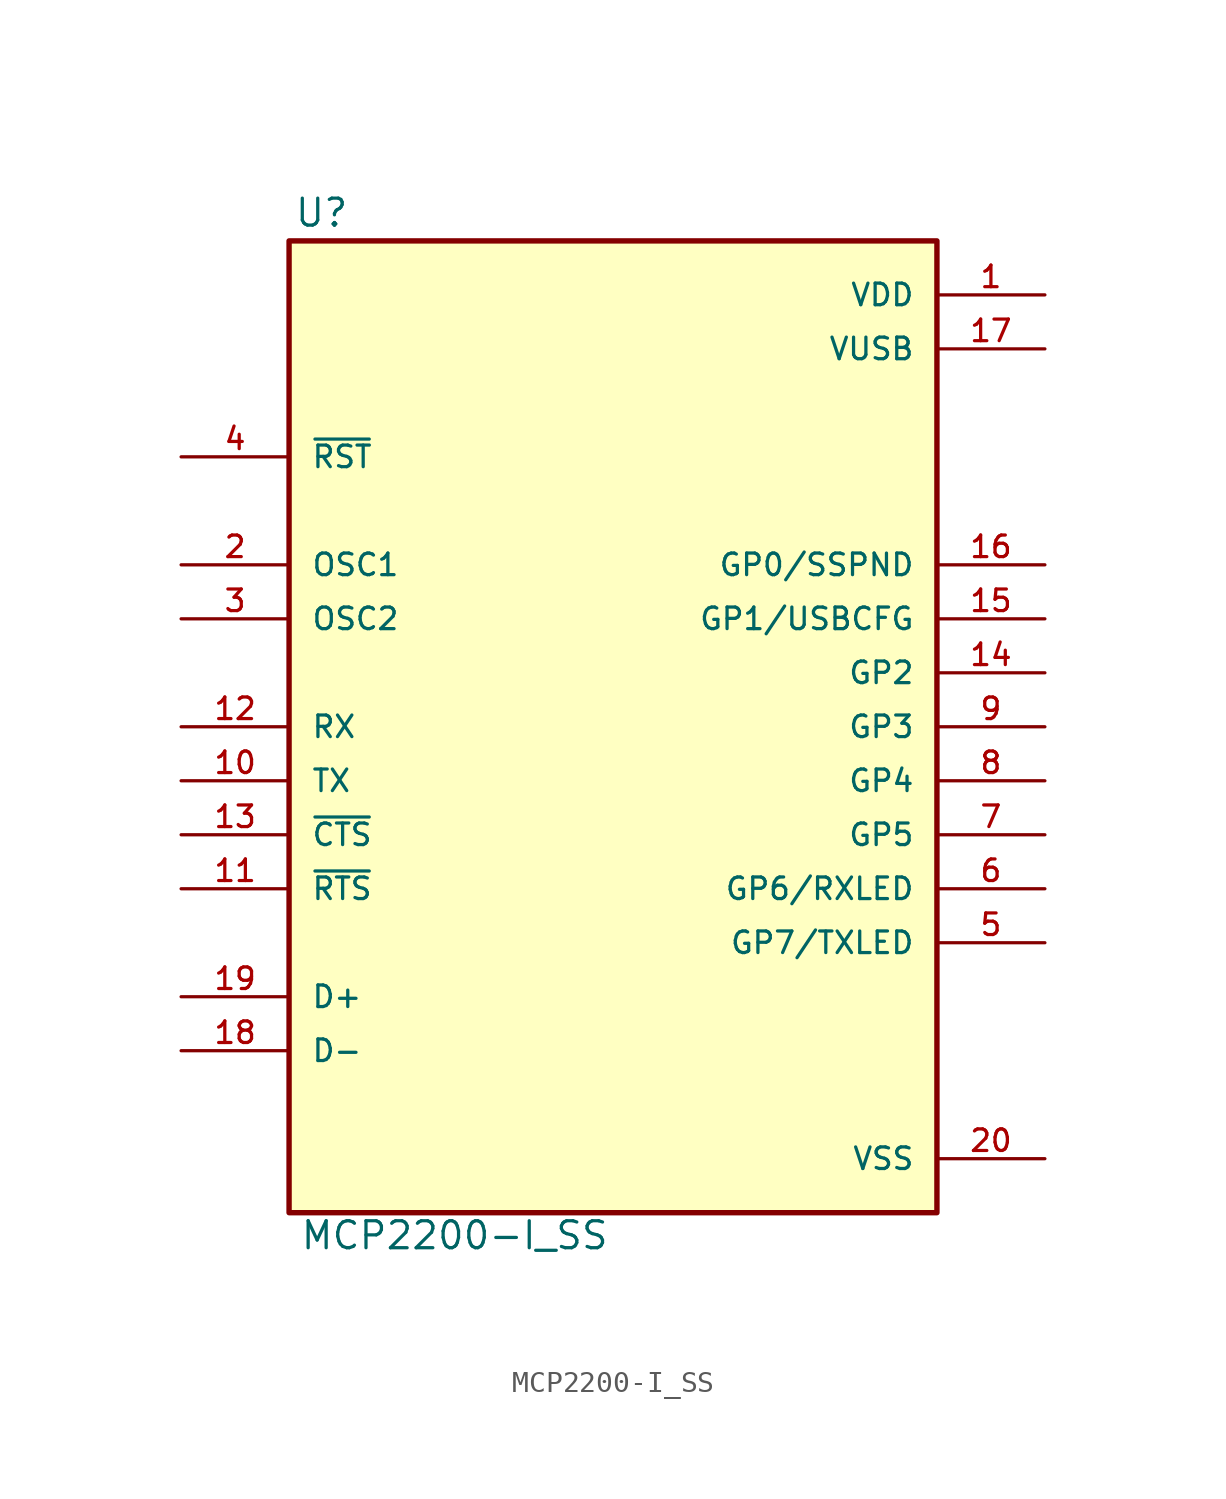
<source format=kicad_sym>
(kicad_symbol_lib
  (version 20211014)
  (generator kicad_symbol_editor)
  (symbol "MCP2200-I_SS"
    (pin_names
      (offset 1.016))
    (property "Reference" "U"
      (at -15.02 23.439 0)
      (effects (font (size 1.27 1.27)) (justify bottom left)))
    (property "Value" "MCP2200-I_SS"
      (at -14.745 -24.672 0)
      (effects (font (size 1.27 1.27)) (justify bottom left)))
    (symbol "MCP2200-I_SS_0_0"
      (rectangle (start -15.24 -22.86) (end 15.24 22.86) (stroke (width 0.254)) (fill (type background)))
      (pin bidirectional line (at 20.32 7.62 180.0) (length 5.08) (name "GP0/SSPND" (effects (font (size 1.016 1.016)))) (number "16" (effects (font (size 1.016 1.016)))))
      (pin bidirectional line (at 20.32 5.08 180.0) (length 5.08) (name "GP1/USBCFG" (effects (font (size 1.016 1.016)))) (number "15" (effects (font (size 1.016 1.016)))))
      (pin bidirectional line (at 20.32 2.54 180.0) (length 5.08) (name "GP2" (effects (font (size 1.016 1.016)))) (number "14" (effects (font (size 1.016 1.016)))))
      (pin bidirectional line (at 20.32 0.0 180.0) (length 5.08) (name "GP3" (effects (font (size 1.016 1.016)))) (number "9" (effects (font (size 1.016 1.016)))))
      (pin bidirectional line (at 20.32 -2.54 180.0) (length 5.08) (name "GP4" (effects (font (size 1.016 1.016)))) (number "8" (effects (font (size 1.016 1.016)))))
      (pin bidirectional line (at 20.32 -5.08 180.0) (length 5.08) (name "GP5" (effects (font (size 1.016 1.016)))) (number "7" (effects (font (size 1.016 1.016)))))
      (pin bidirectional line (at 20.32 -7.62 180.0) (length 5.08) (name "GP6/RXLED" (effects (font (size 1.016 1.016)))) (number "6" (effects (font (size 1.016 1.016)))))
      (pin bidirectional line (at 20.32 -10.16 180.0) (length 5.08) (name "GP7/TXLED" (effects (font (size 1.016 1.016)))) (number "5" (effects (font (size 1.016 1.016)))))
      (pin output line (at -20.32 -2.54 0) (length 5.08) (name "TX" (effects (font (size 1.016 1.016)))) (number "10" (effects (font (size 1.016 1.016)))))
      (pin power_in line (at 20.32 20.32 180.0) (length 5.08) (name "VDD" (effects (font (size 1.016 1.016)))) (number "1" (effects (font (size 1.016 1.016)))))
      (pin power_in line (at 20.32 -20.32 180.0) (length 5.08) (name "VSS" (effects (font (size 1.016 1.016)))) (number "20" (effects (font (size 1.016 1.016)))))
      (pin input line (at -20.32 7.62 0) (length 5.08) (name "OSC1" (effects (font (size 1.016 1.016)))) (number "2" (effects (font (size 1.016 1.016)))))
      (pin output line (at -20.32 5.08 0) (length 5.08) (name "OSC2" (effects (font (size 1.016 1.016)))) (number "3" (effects (font (size 1.016 1.016)))))
      (pin input line (at -20.32 12.7 0) (length 5.08) (name "~{RST}" (effects (font (size 1.016 1.016)))) (number "4" (effects (font (size 1.016 1.016)))))
      (pin input line (at -20.32 -5.08 0) (length 5.08) (name "~{CTS}" (effects (font (size 1.016 1.016)))) (number "13" (effects (font (size 1.016 1.016)))))
      (pin output line (at -20.32 -7.62 0) (length 5.08) (name "~{RTS}" (effects (font (size 1.016 1.016)))) (number "11" (effects (font (size 1.016 1.016)))))
      (pin input line (at -20.32 0.0 0) (length 5.08) (name "RX" (effects (font (size 1.016 1.016)))) (number "12" (effects (font (size 1.016 1.016)))))
      (pin power_in line (at 20.32 17.78 180.0) (length 5.08) (name "VUSB" (effects (font (size 1.016 1.016)))) (number "17" (effects (font (size 1.016 1.016)))))
      (pin bidirectional line (at -20.32 -12.7 0) (length 5.08) (name "D+" (effects (font (size 1.016 1.016)))) (number "19" (effects (font (size 1.016 1.016)))))
      (pin bidirectional line (at -20.32 -15.24 0) (length 5.08) (name "D-" (effects (font (size 1.016 1.016)))) (number "18" (effects (font (size 1.016 1.016))))))))
</source>
